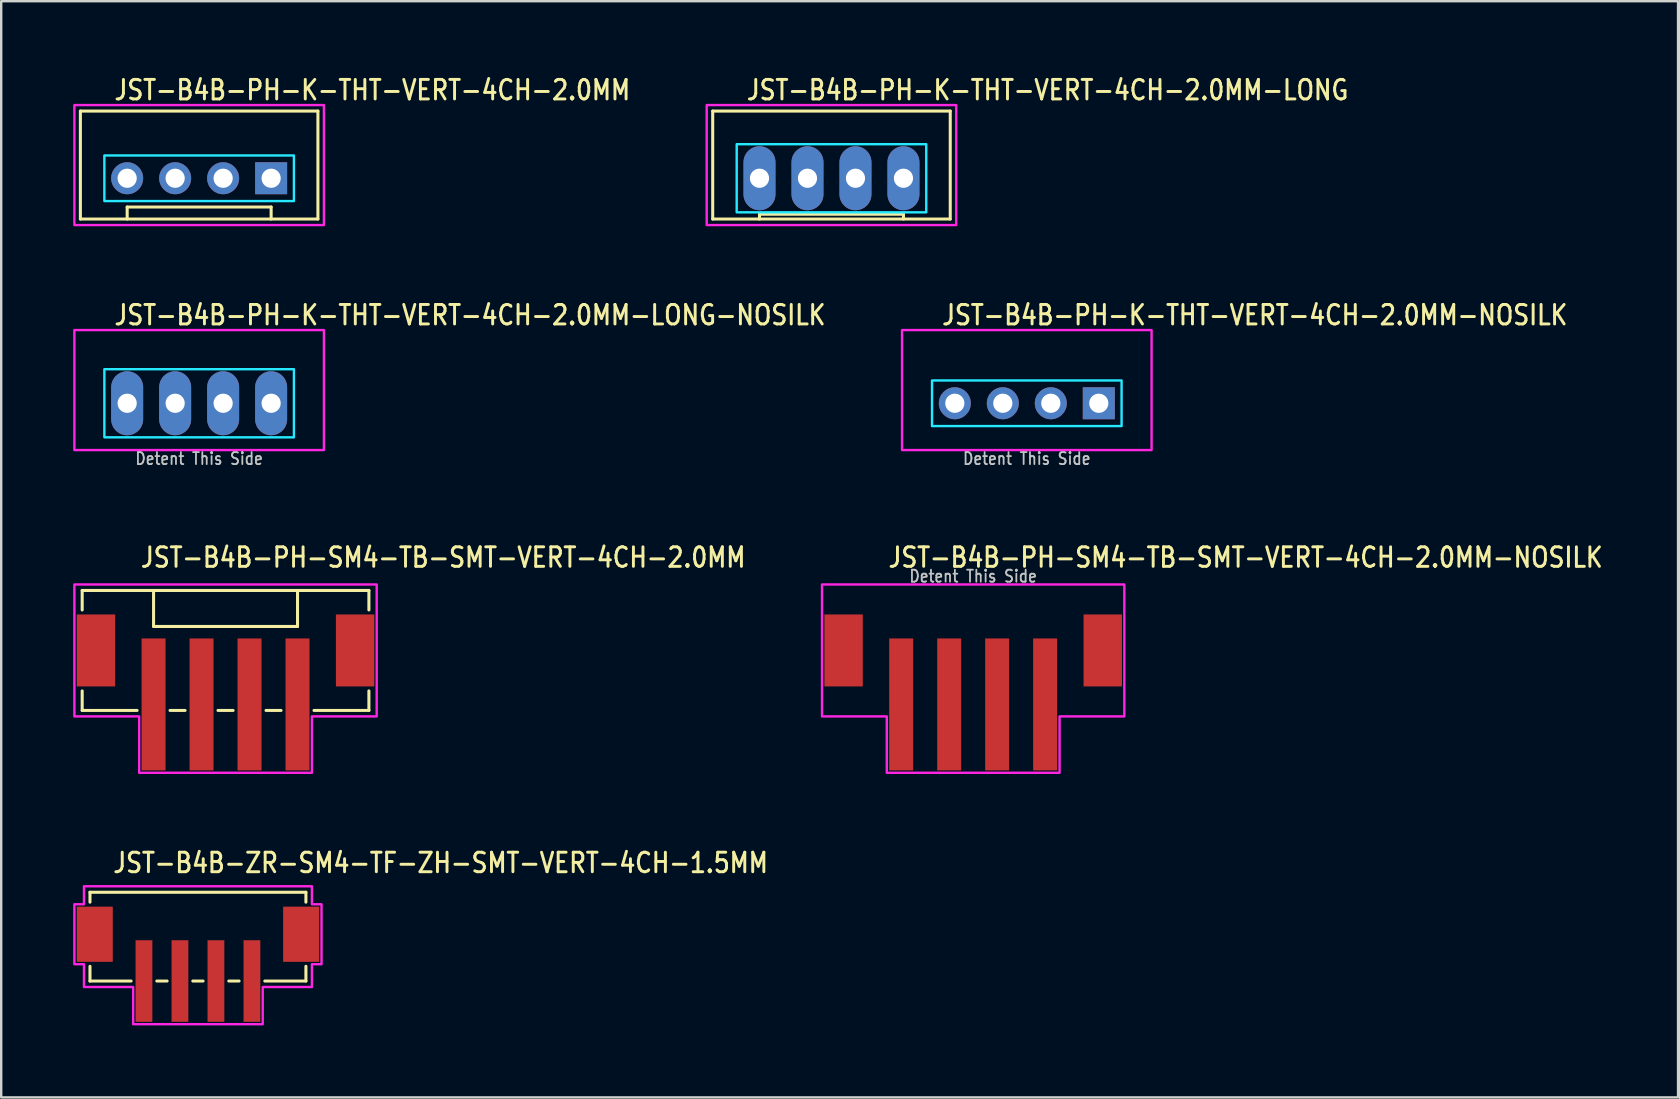
<source format=kicad_pcb>
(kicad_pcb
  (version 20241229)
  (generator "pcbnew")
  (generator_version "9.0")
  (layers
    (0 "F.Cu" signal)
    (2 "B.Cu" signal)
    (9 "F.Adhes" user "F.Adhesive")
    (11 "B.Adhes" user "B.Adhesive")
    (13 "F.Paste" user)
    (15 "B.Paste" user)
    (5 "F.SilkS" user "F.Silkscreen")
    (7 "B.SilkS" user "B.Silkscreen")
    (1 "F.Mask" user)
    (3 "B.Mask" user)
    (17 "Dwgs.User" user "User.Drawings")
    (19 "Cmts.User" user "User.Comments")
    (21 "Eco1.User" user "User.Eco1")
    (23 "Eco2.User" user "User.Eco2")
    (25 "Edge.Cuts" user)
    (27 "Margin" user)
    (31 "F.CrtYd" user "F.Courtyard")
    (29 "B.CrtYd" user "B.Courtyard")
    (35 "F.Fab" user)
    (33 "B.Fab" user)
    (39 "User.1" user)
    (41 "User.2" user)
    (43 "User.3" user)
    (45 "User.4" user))
  (footprint "JST-B4B-PH-SM4-TB-SMT-VERT-4CH-2.0MM"
    (layer "F.Cu")
    (at 6.35 24.059)
    (property "Reference" "JST-B4B-PH-SM4-TB-SMT-VERT-4CH-2.0MM" (at -3.6 -3.4 0) (unlocked yes) (layer "F.SilkS") (effects (font (size 0.813 0.695) (thickness 0.122)) (justify left bottom)))
    (fp_line (start -5.975 -2.5) (end -5.975 -1.687) (stroke (width 0.127) (type solid)) (layer "F.SilkS"))
    (fp_line (start -5.975 -2.5) (end 5.975 -2.5) (stroke (width 0.127) (type solid)) (layer "F.SilkS"))
    (fp_line (start -5.975 2.5) (end -5.975 1.687) (stroke (width 0.127) (type solid)) (layer "F.SilkS"))
    (fp_line (start -5.975 2.5) (end -3.687 2.5) (stroke (width 0.127) (type solid)) (layer "F.SilkS"))
    (fp_line (start -3 -2.5) (end -3 -1) (stroke (width 0.127) (type solid)) (layer "F.SilkS"))
    (fp_line (start -3 -1) (end 3 -1) (stroke (width 0.127) (type solid)) (layer "F.SilkS"))
    (fp_line (start -2.313 2.5) (end -1.687 2.5) (stroke (width 0.127) (type solid)) (layer "F.SilkS"))
    (fp_line (start -0.314 2.5) (end 0.314 2.5) (stroke (width 0.127) (type solid)) (layer "F.SilkS"))
    (fp_line (start 1.687 2.5) (end 2.313 2.5) (stroke (width 0.127) (type solid)) (layer "F.SilkS"))
    (fp_line (start 3 -1) (end 3 -2.5) (stroke (width 0.127) (type solid)) (layer "F.SilkS"))
    (fp_line (start 3.687 2.5) (end 5.975 2.5) (stroke (width 0.127) (type solid)) (layer "F.SilkS"))
    (fp_line (start 5.975 -1.687) (end 5.975 -2.5) (stroke (width 0.127) (type solid)) (layer "F.SilkS"))
    (fp_line (start 5.975 1.687) (end 5.975 2.5) (stroke (width 0.127) (type solid)) (layer "F.SilkS"))
    (fp_poly (pts (xy -6.3 -2.75) (xy -6.3 2.75) (xy -3.6 2.75) (xy -3.6 5.1) (xy 3.6 5.1) (xy 3.6 2.75) (xy 6.3 2.75) (xy 6.3 -2.75)) (stroke (width 0.1) (type solid)) (fill no) (layer "F.CrtYd"))
    (pad "1" smd rect (at -3 2.25) (size 1 5.5) (layers "F.Cu" "F.Mask" "F.Paste"))
    (pad "2" smd rect (at -1 2.25) (size 1 5.5) (layers "F.Cu" "F.Mask" "F.Paste"))
    (pad "3" smd rect (at 1 2.25) (size 1 5.5) (layers "F.Cu" "F.Mask" "F.Paste"))
    (pad "4" smd rect (at 3 2.25) (size 1 5.5) (layers "F.Cu" "F.Mask" "F.Paste"))
    (pad "S_1" smd rect (at -5.4 0) (size 1.6 3) (layers "F.Cu" "F.Mask" "F.Paste"))
    (pad "S_2" smd rect (at 5.4 0) (size 1.6 3) (layers "F.Cu" "F.Mask" "F.Paste")))
  (footprint "JST-B4B-PH-K-THT-VERT-4CH-2.0MM-NOSILK"
    (layer "F.Cu")
    (at 39.745 13.757)
    (property "Reference" "JST-B4B-PH-K-THT-VERT-4CH-2.0MM-NOSILK" (at -3.6 -3.2 0) (unlocked yes) (layer "F.SilkS") (effects (font (size 0.813 0.695) (thickness 0.122)) (justify left bottom)))
    (fp_poly (pts (xy -3.95 -0.95) (xy -3.95 0.95) (xy 3.95 0.95) (xy 3.95 -0.95)) (stroke (width 0.1) (type solid)) (fill no) (layer "B.CrtYd"))
    (fp_poly (pts (xy -5.2 1.95) (xy -5.2 -3.05) (xy 5.2 -3.05) (xy 5.2 1.95)) (stroke (width 0.1) (type solid)) (fill no) (layer "F.CrtYd"))
    (fp_text user "Detent This Side" (at 0 2.6 0) (unlocked yes) (layer "Dwgs.User") (effects (font (size 0.5 0.427) (thickness 0.075)) (justify bottom)))
    (pad "1" thru_hole rect (at 3 0) (size 1.333 1.333) (drill 0.8) (layers "*.Cu" "*.Mask"))
    (pad "2" thru_hole oval (at 1 0) (size 1.333 1.333) (drill 0.8) (layers "*.Cu" "*.Mask"))
    (pad "3" thru_hole oval (at -1 0) (size 1.333 1.333) (drill 0.8) (layers "*.Cu" "*.Mask"))
    (pad "4" thru_hole oval (at -3 0) (size 1.333 1.333) (drill 0.8) (layers "*.Cu" "*.Mask")))
  (footprint "JST-B4B-PH-K-THT-VERT-4CH-2.0MM-LONG"
    (layer "F.Cu")
    (at 31.604 4.379)
    (property "Reference" "JST-B4B-PH-K-THT-VERT-4CH-2.0MM-LONG" (at -3.6 -3.2 0) (unlocked yes) (layer "F.SilkS") (effects (font (size 0.813 0.695) (thickness 0.122)) (justify left bottom)))
    (fp_line (start -4.95 -2.8) (end -4.95 1.7) (stroke (width 0.127) (type solid)) (layer "F.SilkS"))
    (fp_line (start -4.95 -2.8) (end 4.95 -2.8) (stroke (width 0.127) (type solid)) (layer "F.SilkS"))
    (fp_line (start -4.95 1.7) (end 4.95 1.7) (stroke (width 0.127) (type solid)) (layer "F.SilkS"))
    (fp_line (start -3 1.7) (end -3 1.5) (stroke (width 0.127) (type solid)) (layer "F.SilkS"))
    (fp_line (start 3 1.5) (end -3 1.5) (stroke (width 0.127) (type solid)) (layer "F.SilkS"))
    (fp_line (start 3 1.7) (end 3 1.5) (stroke (width 0.127) (type solid)) (layer "F.SilkS"))
    (fp_line (start 4.95 1.7) (end 4.95 -2.8) (stroke (width 0.127) (type solid)) (layer "F.SilkS"))
    (fp_poly (pts (xy -3.95 -1.42) (xy -3.95 1.42) (xy 3.95 1.42) (xy 3.95 -1.42)) (stroke (width 0.1) (type solid)) (fill no) (layer "B.CrtYd"))
    (fp_poly (pts (xy -5.2 1.95) (xy -5.2 -3.05) (xy 5.2 -3.05) (xy 5.2 1.95)) (stroke (width 0.1) (type solid)) (fill no) (layer "F.CrtYd"))
    (pad "1" thru_hole oval (at 3 0 90) (size 2.667 1.333) (drill 0.8) (layers "*.Cu" "*.Mask"))
    (pad "2" thru_hole oval (at 1 0 90) (size 2.667 1.333) (drill 0.8) (layers "*.Cu" "*.Mask"))
    (pad "3" thru_hole oval (at -1 0 90) (size 2.667 1.333) (drill 0.8) (layers "*.Cu" "*.Mask"))
    (pad "4" thru_hole oval (at -3 0 90) (size 2.667 1.333) (drill 0.8) (layers "*.Cu" "*.Mask")))
  (footprint "JST-B4B-PH-SM4-TB-SMT-VERT-4CH-2.0MM-NOSILK"
    (layer "F.Cu")
    (at 37.51 24.059)
    (property "Reference" "JST-B4B-PH-SM4-TB-SMT-VERT-4CH-2.0MM-NOSILK" (at -3.6 -3.4 0) (unlocked yes) (layer "F.SilkS") (effects (font (size 0.813 0.695) (thickness 0.122)) (justify left bottom)))
    (fp_poly (pts (xy -6.3 -2.75) (xy -6.3 2.75) (xy -3.6 2.75) (xy -3.6 5.1) (xy 3.6 5.1) (xy 3.6 2.75) (xy 6.3 2.75) (xy 6.3 -2.75)) (stroke (width 0.1) (type solid)) (fill no) (layer "F.CrtYd"))
    (fp_text user "Detent This Side" (at 0 -2.8 0) (unlocked yes) (layer "Dwgs.User") (effects (font (size 0.5 0.427) (thickness 0.075)) (justify bottom)))
    (pad "1" smd rect (at -3 2.25) (size 1 5.5) (layers "F.Cu" "F.Mask" "F.Paste"))
    (pad "2" smd rect (at -1 2.25) (size 1 5.5) (layers "F.Cu" "F.Mask" "F.Paste"))
    (pad "3" smd rect (at 1 2.25) (size 1 5.5) (layers "F.Cu" "F.Mask" "F.Paste"))
    (pad "4" smd rect (at 3 2.25) (size 1 5.5) (layers "F.Cu" "F.Mask" "F.Paste"))
    (pad "S_1" smd rect (at -5.4 0) (size 1.6 3) (layers "F.Cu" "F.Mask" "F.Paste"))
    (pad "S_2" smd rect (at 5.4 0) (size 1.6 3) (layers "F.Cu" "F.Mask" "F.Paste")))
  (footprint "JST-B4B-PH-K-THT-VERT-4CH-2.0MM-LONG-NOSILK"
    (layer "F.Cu")
    (at 5.25 13.757)
    (property "Reference" "JST-B4B-PH-K-THT-VERT-4CH-2.0MM-LONG-NOSILK" (at -3.6 -3.2 0) (unlocked yes) (layer "F.SilkS") (effects (font (size 0.813 0.695) (thickness 0.122)) (justify left bottom)))
    (fp_poly (pts (xy -3.95 -1.42) (xy -3.95 1.42) (xy 3.95 1.42) (xy 3.95 -1.42)) (stroke (width 0.1) (type solid)) (fill no) (layer "B.CrtYd"))
    (fp_poly (pts (xy -5.2 1.95) (xy -5.2 -3.05) (xy 5.2 -3.05) (xy 5.2 1.95)) (stroke (width 0.1) (type solid)) (fill no) (layer "F.CrtYd"))
    (fp_text user "Detent This Side" (at 0 2.6 0) (unlocked yes) (layer "Dwgs.User") (effects (font (size 0.5 0.427) (thickness 0.075)) (justify bottom)))
    (pad "1" thru_hole oval (at 3 0 90) (size 2.667 1.333) (drill 0.8) (layers "*.Cu" "*.Mask"))
    (pad "2" thru_hole oval (at 1 0 90) (size 2.667 1.333) (drill 0.8) (layers "*.Cu" "*.Mask"))
    (pad "3" thru_hole oval (at -1 0 90) (size 2.667 1.333) (drill 0.8) (layers "*.Cu" "*.Mask"))
    (pad "4" thru_hole oval (at -3 0 90) (size 2.667 1.333) (drill 0.8) (layers "*.Cu" "*.Mask")))
  (footprint "JST-B4B-PH-K-THT-VERT-4CH-2.0MM"
    (layer "F.Cu")
    (at 5.25 4.379)
    (property "Reference" "JST-B4B-PH-K-THT-VERT-4CH-2.0MM" (at -3.6 -3.2 0) (unlocked yes) (layer "F.SilkS") (effects (font (size 0.813 0.695) (thickness 0.122)) (justify left bottom)))
    (fp_line (start -4.95 -2.8) (end -4.95 1.7) (stroke (width 0.127) (type solid)) (layer "F.SilkS"))
    (fp_line (start -4.95 -2.8) (end 4.95 -2.8) (stroke (width 0.127) (type solid)) (layer "F.SilkS"))
    (fp_line (start -4.95 1.7) (end 4.95 1.7) (stroke (width 0.127) (type solid)) (layer "F.SilkS"))
    (fp_line (start -3 1.7) (end -3 1.2) (stroke (width 0.127) (type solid)) (layer "F.SilkS"))
    (fp_line (start 3 1.2) (end -3 1.2) (stroke (width 0.127) (type solid)) (layer "F.SilkS"))
    (fp_line (start 3 1.7) (end 3 1.2) (stroke (width 0.127) (type solid)) (layer "F.SilkS"))
    (fp_line (start 4.95 1.7) (end 4.95 -2.8) (stroke (width 0.127) (type solid)) (layer "F.SilkS"))
    (fp_poly (pts (xy -3.95 -0.95) (xy -3.95 0.95) (xy 3.95 0.95) (xy 3.95 -0.95)) (stroke (width 0.1) (type solid)) (fill no) (layer "B.CrtYd"))
    (fp_poly (pts (xy -5.2 1.95) (xy -5.2 -3.05) (xy 5.2 -3.05) (xy 5.2 1.95)) (stroke (width 0.1) (type solid)) (fill no) (layer "F.CrtYd"))
    (pad "1" thru_hole rect (at 3 0) (size 1.333 1.333) (drill 0.8) (layers "*.Cu" "*.Mask"))
    (pad "2" thru_hole oval (at 1 0) (size 1.333 1.333) (drill 0.8) (layers "*.Cu" "*.Mask"))
    (pad "3" thru_hole oval (at -1 0) (size 1.333 1.333) (drill 0.8) (layers "*.Cu" "*.Mask"))
    (pad "4" thru_hole oval (at -3 0) (size 1.333 1.333) (drill 0.8) (layers "*.Cu" "*.Mask")))
  (footprint "JST-B4B-ZR-SM4-TF-ZH-SMT-VERT-4CH-1.5MM"
    (layer "F.Cu")
    (at 5.2 35.887)
    (property "Reference" "JST-B4B-ZR-SM4-TF-ZH-SMT-VERT-4CH-1.5MM" (at -3.6 -2.5 0) (unlocked yes) (layer "F.SilkS") (effects (font (size 0.813 0.695) (thickness 0.122)) (justify left bottom)))
    (fp_line (start -4.5 -1.75) (end -4.5 -1.337) (stroke (width 0.127) (type solid)) (layer "F.SilkS"))
    (fp_line (start -4.5 -1.75) (end 4.5 -1.75) (stroke (width 0.127) (type solid)) (layer "F.SilkS"))
    (fp_line (start -4.5 1.95) (end -4.5 1.337) (stroke (width 0.127) (type solid)) (layer "F.SilkS"))
    (fp_line (start -4.5 1.95) (end -2.787 1.95) (stroke (width 0.127) (type solid)) (layer "F.SilkS"))
    (fp_line (start -1.714 1.95) (end -1.286 1.95) (stroke (width 0.127) (type solid)) (layer "F.SilkS"))
    (fp_line (start -0.213 1.95) (end 0.213 1.95) (stroke (width 0.127) (type solid)) (layer "F.SilkS"))
    (fp_line (start 1.286 1.95) (end 1.714 1.95) (stroke (width 0.127) (type solid)) (layer "F.SilkS"))
    (fp_line (start 2.787 1.95) (end 4.5 1.95) (stroke (width 0.127) (type solid)) (layer "F.SilkS"))
    (fp_line (start 4.5 -1.337) (end 4.5 -1.75) (stroke (width 0.127) (type solid)) (layer "F.SilkS"))
    (fp_line (start 4.5 1.337) (end 4.5 1.95) (stroke (width 0.127) (type solid)) (layer "F.SilkS"))
    (fp_poly (pts (xy -4.75 -2) (xy -4.75 -1.25) (xy -5.15 -1.25) (xy -5.15 1.25) (xy -4.75 1.25) (xy -4.75 2.2) (xy -2.7 2.2) (xy -2.7 3.75) (xy 2.7 3.75) (xy 2.7 2.2) (xy 4.75 2.2) (xy 4.75 1.25) (xy 5.15 1.25) (xy 5.15 -1.25) (xy 4.75 -1.25) (xy 4.75 -2)) (stroke (width 0.1) (type solid)) (fill no) (layer "F.CrtYd"))
    (pad "1" smd rect (at -2.25 1.95) (size 0.7 3.4) (layers "F.Cu" "F.Mask" "F.Paste"))
    (pad "2" smd rect (at -0.75 1.95) (size 0.7 3.4) (layers "F.Cu" "F.Mask" "F.Paste"))
    (pad "3" smd rect (at 0.75 1.95) (size 0.7 3.4) (layers "F.Cu" "F.Mask" "F.Paste"))
    (pad "4" smd rect (at 2.25 1.95) (size 0.7 3.4) (layers "F.Cu" "F.Mask" "F.Paste"))
    (pad "S_5" smd rect (at 4.3 0) (size 1.5 2.3) (layers "F.Cu" "F.Mask" "F.Paste"))
    (pad "S_6" smd rect (at -4.3 0) (size 1.5 2.3) (layers "F.Cu" "F.Mask" "F.Paste")))
  (gr_rect
    (start -3 -3)
    (end 66.887 42.687)
    (stroke (width 0.1) (type default))
    (fill no)
    (layer "Edge.Cuts")))
</source>
